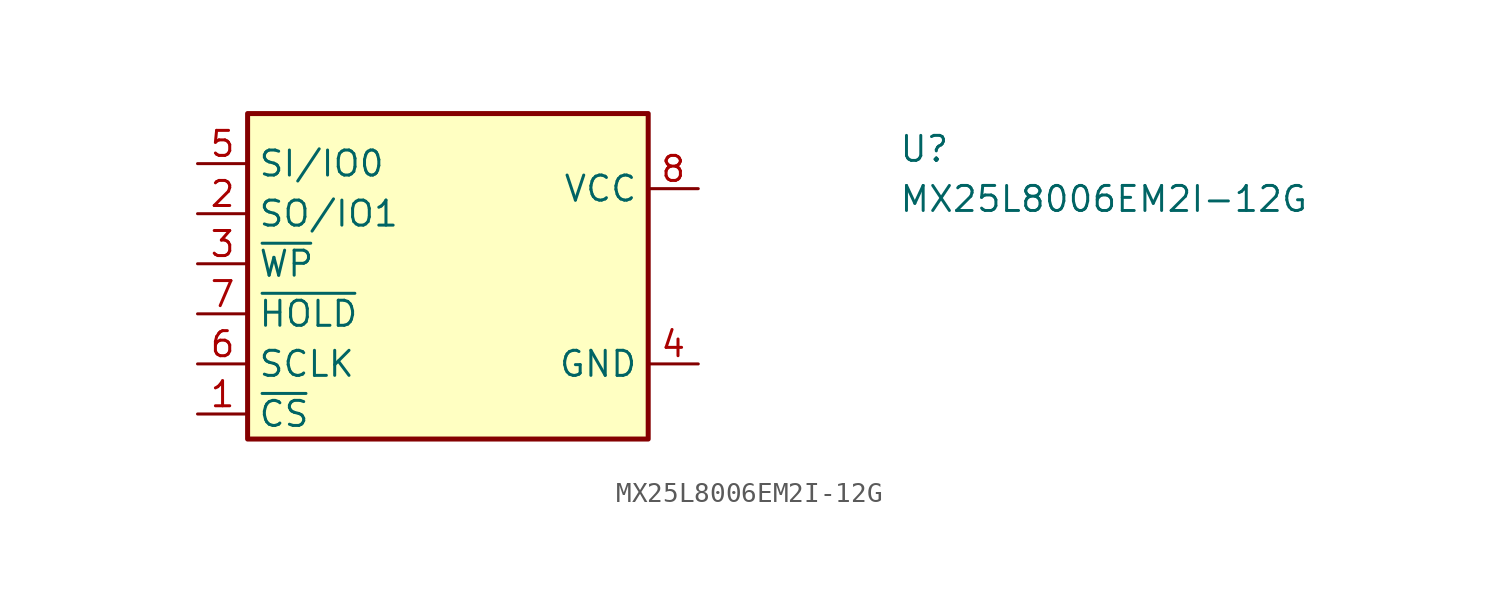
<source format=kicad_sym>
(kicad_symbol_lib
  (version 20211014)
  (generator kicad_symbol_editor)
  (symbol "MX25L8006EM2I-12G"
    (property "Reference" "U"
      (at 35.56 0 0)
      (effects (font (size 1.27 1.27) (thickness 0.15)) (justify left bottom)))
    (property "Value" "MX25L8006EM2I-12G"
      (at 35.56 -2.54 0)
      (effects (font (size 1.27 1.27) (thickness 0.15)) (justify left bottom)))
    (symbol "MX25L8006EM2I-12G_0_1"
      (rectangle (start 2.54 2.54) (end 22.86 -13.97) (stroke (width 0.254) (type default) (color 0 0 0 0)) (fill (type background))))
    (symbol "MX25L8006EM2I-12G_1_1"
      (pin input line (at 0 -12.7 0) (length 2.54) (name "~{CS}" (effects (font (size 1.27 1.27)))) (number "1" (effects (font (size 1.27 1.27)))))
      (pin input line (at 0 -2.54 0) (length 2.54) (name "SO/IO1" (effects (font (size 1.27 1.27)))) (number "2" (effects (font (size 1.27 1.27)))))
      (pin input line (at 0 -5.08 0) (length 2.54) (name "~{WP}" (effects (font (size 1.27 1.27)))) (number "3" (effects (font (size 1.27 1.27)))))
      (pin power_in line (at 25.4 -10.16 180) (length 2.54) (name "GND" (effects (font (size 1.27 1.27)))) (number "4" (effects (font (size 1.27 1.27)))))
      (pin input line (at 0 0 0) (length 2.54) (name "SI/IO0" (effects (font (size 1.27 1.27)))) (number "5" (effects (font (size 1.27 1.27)))))
      (pin input line (at 0 -10.16 0) (length 2.54) (name "SCLK" (effects (font (size 1.27 1.27)))) (number "6" (effects (font (size 1.27 1.27)))))
      (pin input line (at 0 -7.62 0) (length 2.54) (name "~{HOLD}" (effects (font (size 1.27 1.27)))) (number "7" (effects (font (size 1.27 1.27)))))
      (pin power_in line (at 25.4 -1.27 180) (length 2.54) (name "VCC" (effects (font (size 1.27 1.27)))) (number "8" (effects (font (size 1.27 1.27))))))))
</source>
